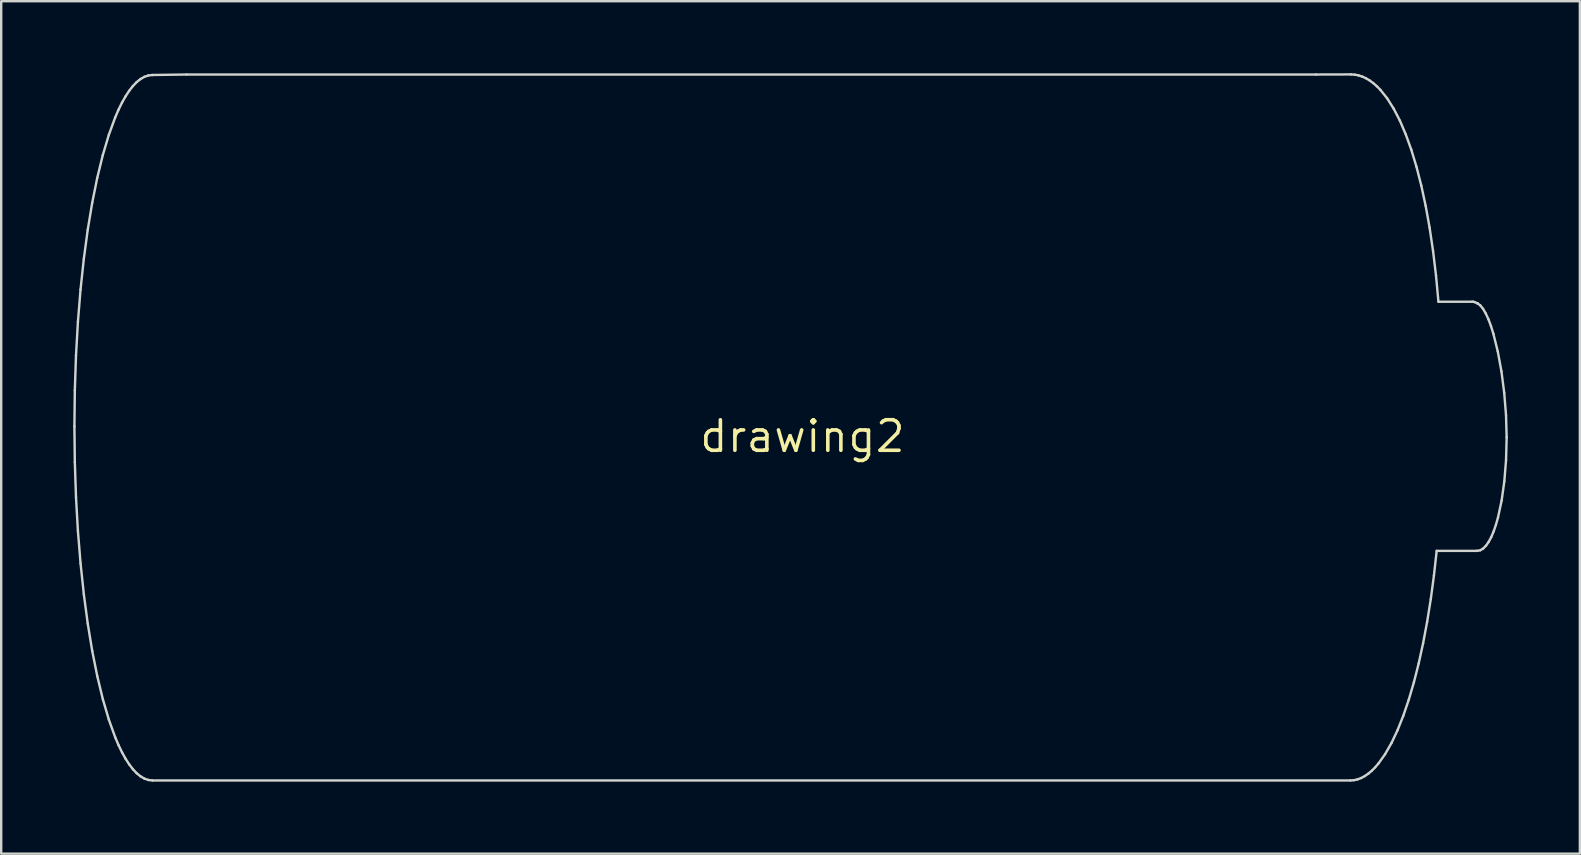
<source format=kicad_pcb>
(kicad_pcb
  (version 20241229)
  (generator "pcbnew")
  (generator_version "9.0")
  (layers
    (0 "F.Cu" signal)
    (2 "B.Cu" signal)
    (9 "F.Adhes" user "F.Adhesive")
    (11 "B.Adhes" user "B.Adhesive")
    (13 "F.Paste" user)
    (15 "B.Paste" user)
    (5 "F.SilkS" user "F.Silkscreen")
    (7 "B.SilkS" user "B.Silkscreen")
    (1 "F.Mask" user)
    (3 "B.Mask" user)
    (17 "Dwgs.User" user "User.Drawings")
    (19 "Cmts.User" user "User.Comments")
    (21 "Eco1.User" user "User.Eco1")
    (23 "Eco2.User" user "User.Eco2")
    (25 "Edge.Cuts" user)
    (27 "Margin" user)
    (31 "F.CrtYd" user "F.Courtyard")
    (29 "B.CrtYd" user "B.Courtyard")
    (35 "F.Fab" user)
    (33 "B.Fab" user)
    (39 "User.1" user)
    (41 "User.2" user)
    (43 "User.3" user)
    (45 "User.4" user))
  (footprint "drawing2"
    (layer "F.Cu")
    (at 30.377 15.127)
    (property "Reference" "drawing2" (at 0 0 0) (layer "F.SilkS") (effects (font (size 1.27 1.27) (thickness 0.15))))
    (attr through_hole)
    (fp_line (start -30.327 -0.418) (end -30.31 1.079) (stroke (width 0.1) (type solid)) (layer "Edge.Cuts"))
    (fp_line (start -30.31 -1.915) (end -30.327 -0.418) (stroke (width 0.1) (type solid)) (layer "Edge.Cuts"))
    (fp_line (start -30.31 1.079) (end -30.261 2.537) (stroke (width 0.1) (type solid)) (layer "Edge.Cuts"))
    (fp_line (start -30.261 -3.368) (end -30.31 -1.915) (stroke (width 0.1) (type solid)) (layer "Edge.Cuts"))
    (fp_line (start -30.261 2.537) (end -30.181 3.945) (stroke (width 0.1) (type solid)) (layer "Edge.Cuts"))
    (fp_line (start -30.181 -4.771) (end -30.261 -3.368) (stroke (width 0.1) (type solid)) (layer "Edge.Cuts"))
    (fp_line (start -30.181 3.945) (end -30.071 5.297) (stroke (width 0.1) (type solid)) (layer "Edge.Cuts"))
    (fp_line (start -30.072 -6.115) (end -30.181 -4.771) (stroke (width 0.1) (type solid)) (layer "Edge.Cuts"))
    (fp_line (start -30.071 5.297) (end -29.934 6.586) (stroke (width 0.1) (type solid)) (layer "Edge.Cuts"))
    (fp_line (start -29.935 -7.395) (end -30.072 -6.115) (stroke (width 0.1) (type solid)) (layer "Edge.Cuts"))
    (fp_line (start -29.934 6.586) (end -29.772 7.802) (stroke (width 0.1) (type solid)) (layer "Edge.Cuts"))
    (fp_line (start -29.773 -8.601) (end -29.935 -7.395) (stroke (width 0.1) (type solid)) (layer "Edge.Cuts"))
    (fp_line (start -29.772 7.802) (end -29.585 8.94) (stroke (width 0.1) (type solid)) (layer "Edge.Cuts"))
    (fp_line (start -29.586 -9.728) (end -29.773 -8.601) (stroke (width 0.1) (type solid)) (layer "Edge.Cuts"))
    (fp_line (start -29.585 8.94) (end -29.375 9.99) (stroke (width 0.1) (type solid)) (layer "Edge.Cuts"))
    (fp_line (start -29.376 -10.767) (end -29.586 -9.728) (stroke (width 0.1) (type solid)) (layer "Edge.Cuts"))
    (fp_line (start -29.375 9.99) (end -29.144 10.946) (stroke (width 0.1) (type solid)) (layer "Edge.Cuts"))
    (fp_line (start -29.146 -11.711) (end -29.376 -10.767) (stroke (width 0.1) (type solid)) (layer "Edge.Cuts"))
    (fp_line (start -29.144 10.946) (end -28.894 11.799) (stroke (width 0.1) (type solid)) (layer "Edge.Cuts"))
    (fp_line (start -28.895 -12.554) (end -29.146 -11.711) (stroke (width 0.1) (type solid)) (layer "Edge.Cuts"))
    (fp_line (start -28.894 11.799) (end -28.626 12.542) (stroke (width 0.1) (type solid)) (layer "Edge.Cuts"))
    (fp_line (start -28.628 -13.287) (end -28.895 -12.554) (stroke (width 0.1) (type solid)) (layer "Edge.Cuts"))
    (fp_line (start -28.626 12.542) (end -28.486 12.87) (stroke (width 0.1) (type solid)) (layer "Edge.Cuts"))
    (fp_line (start -28.488 -13.61) (end -28.628 -13.287) (stroke (width 0.1) (type solid)) (layer "Edge.Cuts"))
    (fp_line (start -28.486 12.87) (end -28.342 13.167) (stroke (width 0.1) (type solid)) (layer "Edge.Cuts"))
    (fp_line (start -28.344 -13.903) (end -28.488 -13.61) (stroke (width 0.1) (type solid)) (layer "Edge.Cuts"))
    (fp_line (start -28.342 13.167) (end -28.195 13.433) (stroke (width 0.1) (type solid)) (layer "Edge.Cuts"))
    (fp_line (start -28.196 -14.165) (end -28.344 -13.903) (stroke (width 0.1) (type solid)) (layer "Edge.Cuts"))
    (fp_line (start -28.195 13.433) (end -28.044 13.667) (stroke (width 0.1) (type solid)) (layer "Edge.Cuts"))
    (fp_line (start -28.045 -14.395) (end -28.196 -14.165) (stroke (width 0.1) (type solid)) (layer "Edge.Cuts"))
    (fp_line (start -28.044 13.667) (end -27.89 13.867) (stroke (width 0.1) (type solid)) (layer "Edge.Cuts"))
    (fp_line (start -27.891 -14.592) (end -28.045 -14.395) (stroke (width 0.1) (type solid)) (layer "Edge.Cuts"))
    (fp_line (start -27.89 13.867) (end -27.733 14.034) (stroke (width 0.1) (type solid)) (layer "Edge.Cuts"))
    (fp_line (start -27.734 -14.756) (end -27.891 -14.592) (stroke (width 0.1) (type solid)) (layer "Edge.Cuts"))
    (fp_line (start -27.733 14.034) (end -27.573 14.164) (stroke (width 0.1) (type solid)) (layer "Edge.Cuts"))
    (fp_line (start -27.574 -14.884) (end -27.734 -14.756) (stroke (width 0.1) (type solid)) (layer "Edge.Cuts"))
    (fp_line (start -27.573 14.164) (end -27.41 14.259) (stroke (width 0.1) (type solid)) (layer "Edge.Cuts"))
    (fp_line (start -27.411 -14.977) (end -27.574 -14.884) (stroke (width 0.1) (type solid)) (layer "Edge.Cuts"))
    (fp_line (start -27.41 14.259) (end -27.245 14.316) (stroke (width 0.1) (type solid)) (layer "Edge.Cuts"))
    (fp_line (start -27.246 -15.034) (end -27.411 -14.977) (stroke (width 0.1) (type solid)) (layer "Edge.Cuts"))
    (fp_line (start -27.245 14.316) (end -27.078 14.336) (stroke (width 0.1) (type solid)) (layer "Edge.Cuts"))
    (fp_line (start -27.078 -15.053) (end -27.246 -15.034) (stroke (width 0.1) (type solid)) (layer "Edge.Cuts"))
    (fp_line (start -27.078 14.336) (end 22.827 14.336) (stroke (width 0.1) (type solid)) (layer "Edge.Cuts"))
    (fp_line (start -25.651 -15.073) (end -27.078 -15.053) (stroke (width 0.1) (type solid)) (layer "Edge.Cuts"))
    (fp_line (start 21.396 -15.073) (end -25.651 -15.073) (stroke (width 0.1) (type solid)) (layer "Edge.Cuts"))
    (fp_line (start 22.827 14.336) (end 22.98 14.324) (stroke (width 0.1) (type solid)) (layer "Edge.Cuts"))
    (fp_line (start 22.852 -15.077) (end 21.396 -15.073) (stroke (width 0.1) (type solid)) (layer "Edge.Cuts"))
    (fp_line (start 22.98 14.324) (end 23.131 14.29) (stroke (width 0.1) (type solid)) (layer "Edge.Cuts"))
    (fp_line (start 23.011 -15.067) (end 22.852 -15.077) (stroke (width 0.1) (type solid)) (layer "Edge.Cuts"))
    (fp_line (start 23.131 14.29) (end 23.28 14.233) (stroke (width 0.1) (type solid)) (layer "Edge.Cuts"))
    (fp_line (start 23.169 -15.036) (end 23.011 -15.067) (stroke (width 0.1) (type solid)) (layer "Edge.Cuts"))
    (fp_line (start 23.28 14.233) (end 23.428 14.153) (stroke (width 0.1) (type solid)) (layer "Edge.Cuts"))
    (fp_line (start 23.326 -14.985) (end 23.169 -15.036) (stroke (width 0.1) (type solid)) (layer "Edge.Cuts"))
    (fp_line (start 23.428 14.153) (end 23.574 14.053) (stroke (width 0.1) (type solid)) (layer "Edge.Cuts"))
    (fp_line (start 23.48 -14.915) (end 23.326 -14.985) (stroke (width 0.1) (type solid)) (layer "Edge.Cuts"))
    (fp_line (start 23.574 14.053) (end 23.719 13.931) (stroke (width 0.1) (type solid)) (layer "Edge.Cuts"))
    (fp_line (start 23.632 -14.824) (end 23.48 -14.915) (stroke (width 0.1) (type solid)) (layer "Edge.Cuts"))
    (fp_line (start 23.719 13.931) (end 23.861 13.788) (stroke (width 0.1) (type solid)) (layer "Edge.Cuts"))
    (fp_line (start 23.782 -14.714) (end 23.632 -14.824) (stroke (width 0.1) (type solid)) (layer "Edge.Cuts"))
    (fp_line (start 23.861 13.788) (end 24.001 13.625) (stroke (width 0.1) (type solid)) (layer "Edge.Cuts"))
    (fp_line (start 23.93 -14.585) (end 23.782 -14.714) (stroke (width 0.1) (type solid)) (layer "Edge.Cuts"))
    (fp_line (start 24.001 13.625) (end 24.274 13.24) (stroke (width 0.1) (type solid)) (layer "Edge.Cuts"))
    (fp_line (start 24.075 -14.437) (end 23.93 -14.585) (stroke (width 0.1) (type solid)) (layer "Edge.Cuts"))
    (fp_line (start 24.274 13.24) (end 24.538 12.779) (stroke (width 0.1) (type solid)) (layer "Edge.Cuts"))
    (fp_line (start 24.358 -14.083) (end 24.075 -14.437) (stroke (width 0.1) (type solid)) (layer "Edge.Cuts"))
    (fp_line (start 24.538 12.779) (end 24.791 12.245) (stroke (width 0.1) (type solid)) (layer "Edge.Cuts"))
    (fp_line (start 24.629 -13.655) (end 24.358 -14.083) (stroke (width 0.1) (type solid)) (layer "Edge.Cuts"))
    (fp_line (start 24.791 12.245) (end 25.031 11.643) (stroke (width 0.1) (type solid)) (layer "Edge.Cuts"))
    (fp_line (start 24.889 -13.154) (end 24.629 -13.655) (stroke (width 0.1) (type solid)) (layer "Edge.Cuts"))
    (fp_line (start 25.031 11.643) (end 25.259 10.976) (stroke (width 0.1) (type solid)) (layer "Edge.Cuts"))
    (fp_line (start 25.134 -12.581) (end 24.889 -13.154) (stroke (width 0.1) (type solid)) (layer "Edge.Cuts"))
    (fp_line (start 25.259 10.976) (end 25.474 10.246) (stroke (width 0.1) (type solid)) (layer "Edge.Cuts"))
    (fp_line (start 25.366 -11.938) (end 25.134 -12.581) (stroke (width 0.1) (type solid)) (layer "Edge.Cuts"))
    (fp_line (start 25.474 10.246) (end 25.674 9.459) (stroke (width 0.1) (type solid)) (layer "Edge.Cuts"))
    (fp_line (start 25.582 -11.227) (end 25.366 -11.938) (stroke (width 0.1) (type solid)) (layer "Edge.Cuts"))
    (fp_line (start 25.674 9.459) (end 25.858 8.617) (stroke (width 0.1) (type solid)) (layer "Edge.Cuts"))
    (fp_line (start 25.781 -10.449) (end 25.582 -11.227) (stroke (width 0.1) (type solid)) (layer "Edge.Cuts"))
    (fp_line (start 25.858 8.617) (end 26.026 7.723) (stroke (width 0.1) (type solid)) (layer "Edge.Cuts"))
    (fp_line (start 25.963 -9.606) (end 25.781 -10.449) (stroke (width 0.1) (type solid)) (layer "Edge.Cuts"))
    (fp_line (start 26.026 7.723) (end 26.177 6.782) (stroke (width 0.1) (type solid)) (layer "Edge.Cuts"))
    (fp_line (start 26.127 -8.698) (end 25.963 -9.606) (stroke (width 0.1) (type solid)) (layer "Edge.Cuts"))
    (fp_line (start 26.177 6.782) (end 26.309 5.797) (stroke (width 0.1) (type solid)) (layer "Edge.Cuts"))
    (fp_line (start 26.271 -7.729) (end 26.127 -8.698) (stroke (width 0.1) (type solid)) (layer "Edge.Cuts"))
    (fp_line (start 26.309 5.797) (end 26.423 4.771) (stroke (width 0.1) (type solid)) (layer "Edge.Cuts"))
    (fp_line (start 26.395 -6.698) (end 26.271 -7.729) (stroke (width 0.1) (type solid)) (layer "Edge.Cuts"))
    (fp_line (start 26.423 4.771) (end 28.082 4.771) (stroke (width 0.1) (type solid)) (layer "Edge.Cuts"))
    (fp_line (start 26.496 -5.608) (end 26.395 -6.698) (stroke (width 0.1) (type solid)) (layer "Edge.Cuts"))
    (fp_line (start 27.896 -5.608) (end 26.496 -5.608) (stroke (width 0.1) (type solid)) (layer "Edge.Cuts"))
    (fp_line (start 27.943 -5.608) (end 27.896 -5.608) (stroke (width 0.1) (type solid)) (layer "Edge.Cuts"))
    (fp_line (start 28.006 -5.591) (end 27.943 -5.608) (stroke (width 0.1) (type solid)) (layer "Edge.Cuts"))
    (fp_line (start 28.082 4.771) (end 28.114 4.771) (stroke (width 0.1) (type solid)) (layer "Edge.Cuts"))
    (fp_line (start 28.114 -5.546) (end 28.006 -5.591) (stroke (width 0.1) (type solid)) (layer "Edge.Cuts"))
    (fp_line (start 28.114 -5.546) (end 28.114 -5.546) (stroke (width 0.1) (type solid)) (layer "Edge.Cuts"))
    (fp_line (start 28.114 4.771) (end 28.238 4.747) (stroke (width 0.1) (type solid)) (layer "Edge.Cuts"))
    (fp_line (start 28.117 -5.546) (end 28.114 -5.546) (stroke (width 0.1) (type solid)) (layer "Edge.Cuts"))
    (fp_line (start 28.237 -5.457) (end 28.117 -5.546) (stroke (width 0.1) (type solid)) (layer "Edge.Cuts"))
    (fp_line (start 28.238 4.747) (end 28.36 4.674) (stroke (width 0.1) (type solid)) (layer "Edge.Cuts"))
    (fp_line (start 28.354 -5.313) (end 28.237 -5.457) (stroke (width 0.1) (type solid)) (layer "Edge.Cuts"))
    (fp_line (start 28.36 4.674) (end 28.477 4.557) (stroke (width 0.1) (type solid)) (layer "Edge.Cuts"))
    (fp_line (start 28.468 -5.118) (end 28.354 -5.313) (stroke (width 0.1) (type solid)) (layer "Edge.Cuts"))
    (fp_line (start 28.477 4.557) (end 28.589 4.397) (stroke (width 0.1) (type solid)) (layer "Edge.Cuts"))
    (fp_line (start 28.579 -4.877) (end 28.468 -5.118) (stroke (width 0.1) (type solid)) (layer "Edge.Cuts"))
    (fp_line (start 28.589 4.397) (end 28.696 4.197) (stroke (width 0.1) (type solid)) (layer "Edge.Cuts"))
    (fp_line (start 28.685 -4.594) (end 28.579 -4.877) (stroke (width 0.1) (type solid)) (layer "Edge.Cuts"))
    (fp_line (start 28.696 4.197) (end 28.797 3.959) (stroke (width 0.1) (type solid)) (layer "Edge.Cuts"))
    (fp_line (start 28.785 -4.273) (end 28.685 -4.594) (stroke (width 0.1) (type solid)) (layer "Edge.Cuts"))
    (fp_line (start 28.797 3.959) (end 28.891 3.685) (stroke (width 0.1) (type solid)) (layer "Edge.Cuts"))
    (fp_line (start 28.891 3.685) (end 28.978 3.379) (stroke (width 0.1) (type solid)) (layer "Edge.Cuts"))
    (fp_line (start 28.968 -3.537) (end 28.785 -4.273) (stroke (width 0.1) (type solid)) (layer "Edge.Cuts"))
    (fp_line (start 28.978 3.379) (end 29.128 2.678) (stroke (width 0.1) (type solid)) (layer "Edge.Cuts"))
    (fp_line (start 29.121 -2.703) (end 28.968 -3.537) (stroke (width 0.1) (type solid)) (layer "Edge.Cuts"))
    (fp_line (start 29.128 2.678) (end 29.241 1.875) (stroke (width 0.1) (type solid)) (layer "Edge.Cuts"))
    (fp_line (start 29.237 -1.805) (end 29.121 -2.703) (stroke (width 0.1) (type solid)) (layer "Edge.Cuts"))
    (fp_line (start 29.241 1.875) (end 29.313 0.989) (stroke (width 0.1) (type solid)) (layer "Edge.Cuts"))
    (fp_line (start 29.312 -0.879) (end 29.237 -1.805) (stroke (width 0.1) (type solid)) (layer "Edge.Cuts"))
    (fp_line (start 29.313 0.989) (end 29.338 0.04) (stroke (width 0.1) (type solid)) (layer "Edge.Cuts"))
    (fp_line (start 29.338 0.04) (end 29.312 -0.879) (stroke (width 0.1) (type solid)) (layer "Edge.Cuts")))
  (gr_rect
    (start -3 -3)
    (end 62.765 32.513)
    (stroke (width 0.1) (type default))
    (fill no)
    (layer "Edge.Cuts")))
</source>
